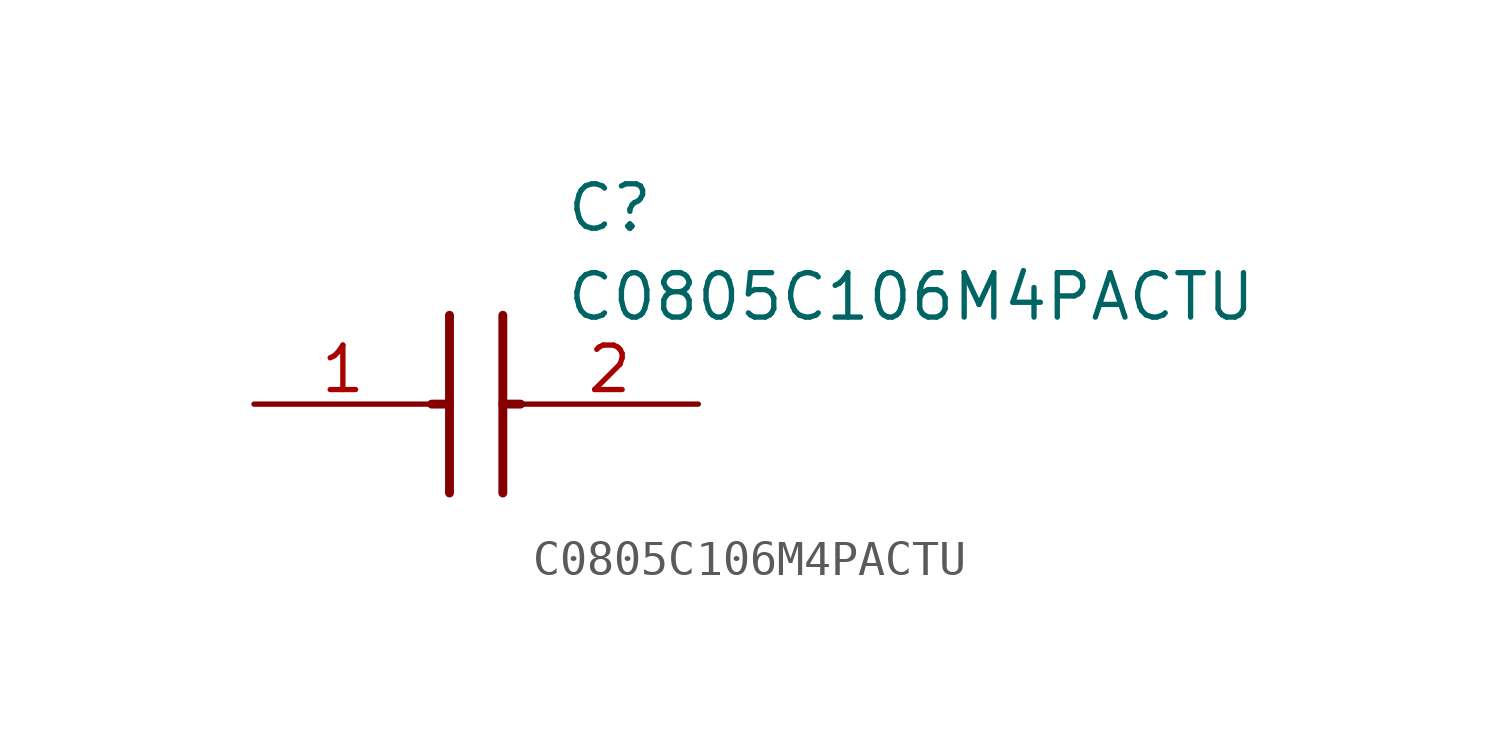
<source format=kicad_sym>
(kicad_symbol_lib
  (version 20220914)
  (generator kicad_symbol_editor)
  (symbol "C0805C106M4PACTU"
    (pin_names hide)
    (property "Reference" "C"
      (at 8.89 6.35 0)
      (effects (font (size 1.27 1.27)) (justify left top)))
    (property "Value" "C0805C106M4PACTU"
      (at 8.89 3.81 0)
      (effects (font (size 1.27 1.27)) (justify left top)))
    (symbol "C0805C106M4PACTU_1_1"
      (polyline (pts (xy 5.08 0) (xy 5.588 0)) (stroke (width 0.254) (type default)) (fill (type none)))
      (polyline (pts (xy 5.588 2.54) (xy 5.588 -2.54)) (stroke (width 0.254) (type default)) (fill (type none)))
      (polyline (pts (xy 7.112 0) (xy 7.62 0)) (stroke (width 0.254) (type default)) (fill (type none)))
      (polyline (pts (xy 7.112 2.54) (xy 7.112 -2.54)) (stroke (width 0.254) (type default)) (fill (type none)))
      (pin passive line (at 0 0 0) (length 5.08) (name "1" (effects (font (size 1.27 1.27)))) (number "1" (effects (font (size 1.27 1.27)))))
      (pin passive line (at 12.7 0 180) (length 5.08) (name "2" (effects (font (size 1.27 1.27)))) (number "2" (effects (font (size 1.27 1.27))))))))
</source>
